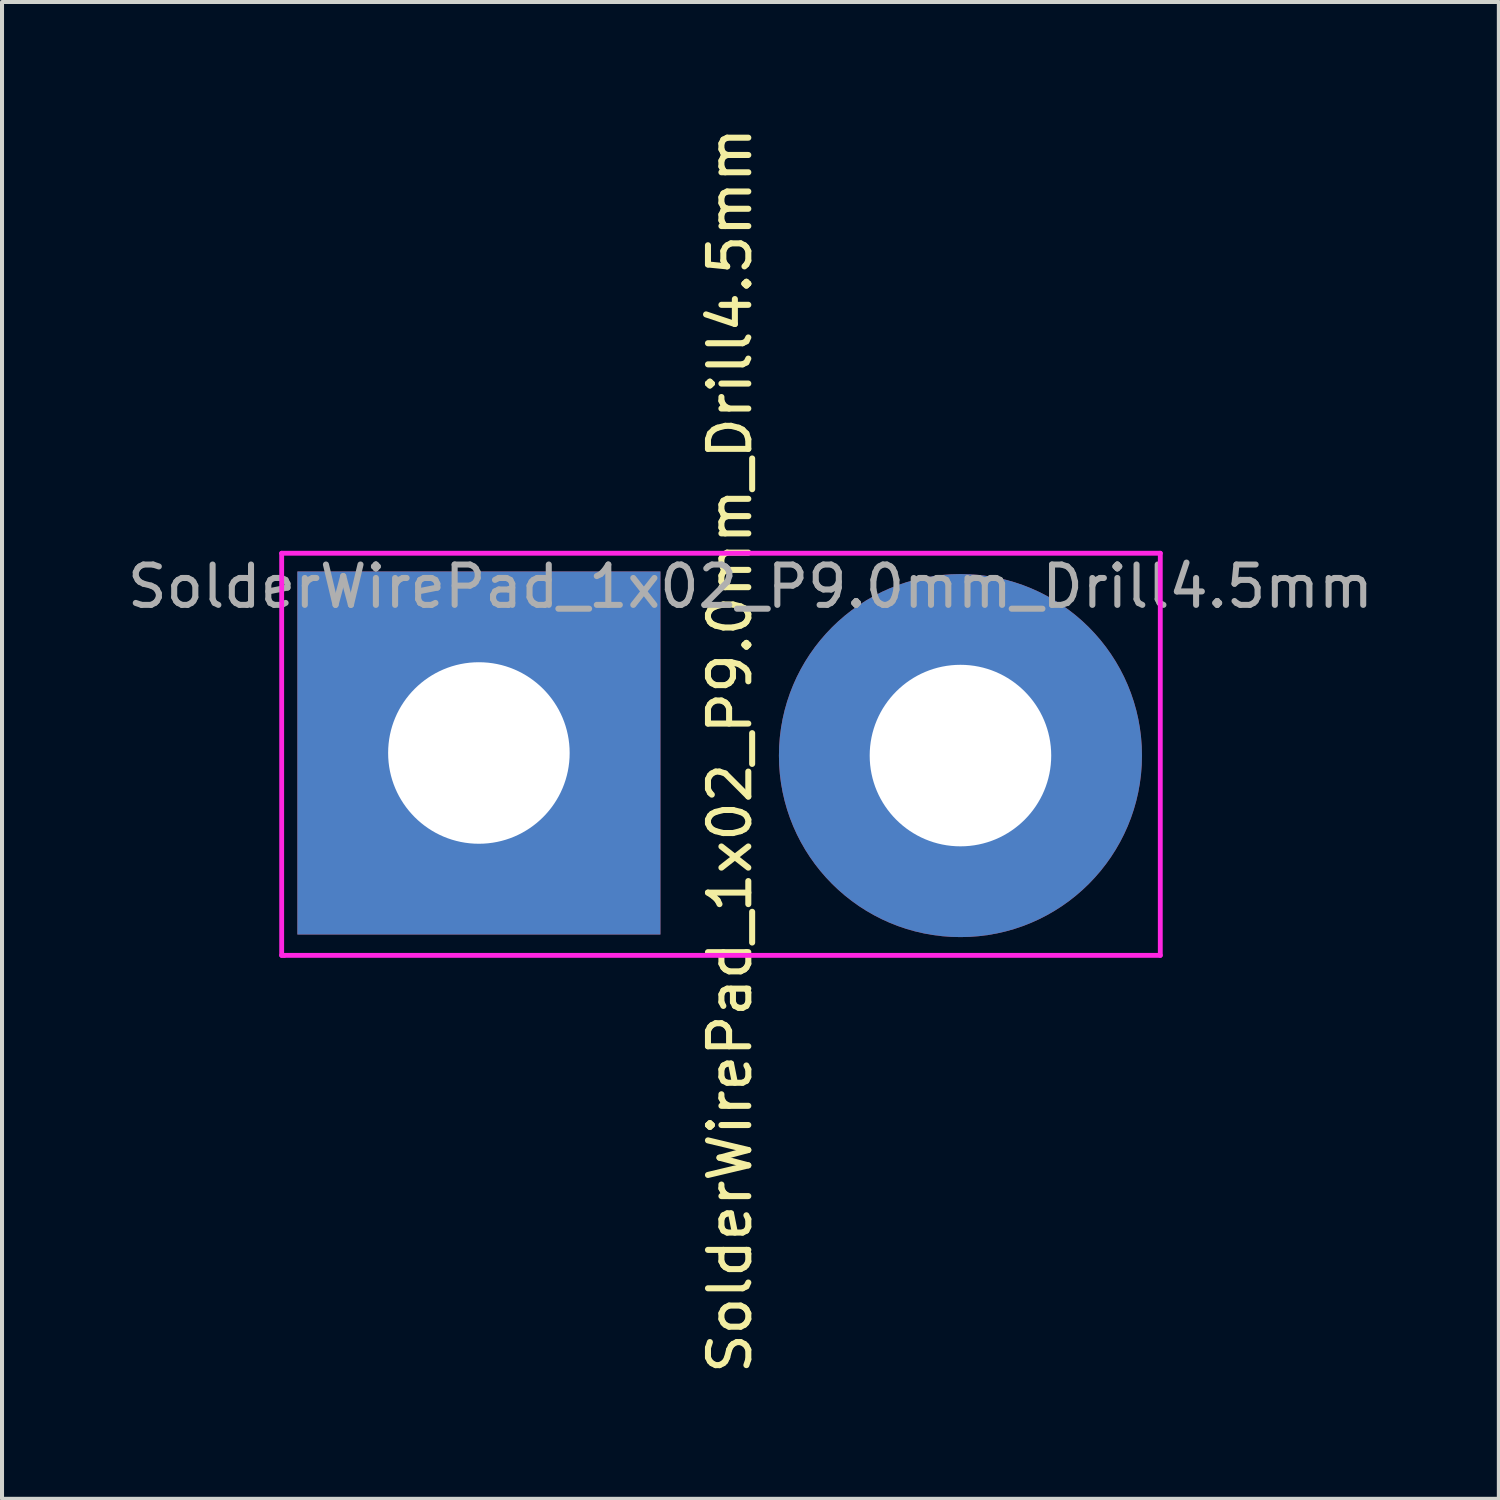
<source format=kicad_pcb>
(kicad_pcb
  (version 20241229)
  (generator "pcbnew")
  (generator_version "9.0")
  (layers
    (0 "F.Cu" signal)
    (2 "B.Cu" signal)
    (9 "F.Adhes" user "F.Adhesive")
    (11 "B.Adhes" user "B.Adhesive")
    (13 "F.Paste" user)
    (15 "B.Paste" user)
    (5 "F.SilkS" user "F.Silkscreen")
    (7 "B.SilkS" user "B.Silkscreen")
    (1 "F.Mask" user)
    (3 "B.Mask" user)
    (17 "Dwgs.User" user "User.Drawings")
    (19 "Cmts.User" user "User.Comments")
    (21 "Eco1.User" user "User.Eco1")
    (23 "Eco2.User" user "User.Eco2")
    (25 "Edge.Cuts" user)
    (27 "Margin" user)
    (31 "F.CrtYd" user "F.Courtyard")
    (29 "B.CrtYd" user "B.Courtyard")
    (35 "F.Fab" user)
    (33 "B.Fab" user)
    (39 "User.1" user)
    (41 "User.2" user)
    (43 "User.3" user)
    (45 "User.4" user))
  (footprint "SolderWirePad_1x02_P9.0mm_Drill4.5mm"
    (layer "F.Cu")
    (at 8.886 15.681)
    (property "Reference" "SolderWirePad_1x02_P9.0mm_Drill4.5mm" (at 6.16 -0.127 90) (layer "F.SilkS") (effects (font (size 1 1) (thickness 0.15))))
    (attr exclude_from_pos_files exclude_from_bom)
    (fp_line (start -4.953 -5.016) (end -4.953 4.953) (stroke (width 0.12) (type solid)) (layer "F.CrtYd"))
    (fp_line (start -4.953 -5.016) (end 16.828 -5.016) (stroke (width 0.12) (type solid)) (layer "F.CrtYd"))
    (fp_line (start -4.953 4.953) (end -4.889 4.953) (stroke (width 0.12) (type solid)) (layer "F.CrtYd"))
    (fp_line (start 16.828 -5.016) (end 16.828 4.953) (stroke (width 0.12) (type solid)) (layer "F.CrtYd"))
    (fp_line (start 16.828 4.953) (end -4.889 4.953) (stroke (width 0.12) (type solid)) (layer "F.CrtYd"))
    (fp_text user "${REFERENCE}" (at 6.668 -4.191 0) (layer "F.Fab") (effects (font (size 1 1) (thickness 0.15))))
    (pad "1" thru_hole rect (at -0.064 -0.064) (size 9 9) (drill 4.5) (layers "*.Cu" "*.Mask"))
    (pad "2" thru_hole circle (at 11.874 0) (size 9 9) (drill 4.5) (layers "*.Cu" "*.Mask")))
  (gr_rect
    (start -3 -3)
    (end 34.107 34.107)
    (stroke (width 0.1) (type default))
    (fill no)
    (layer "Edge.Cuts")))
</source>
